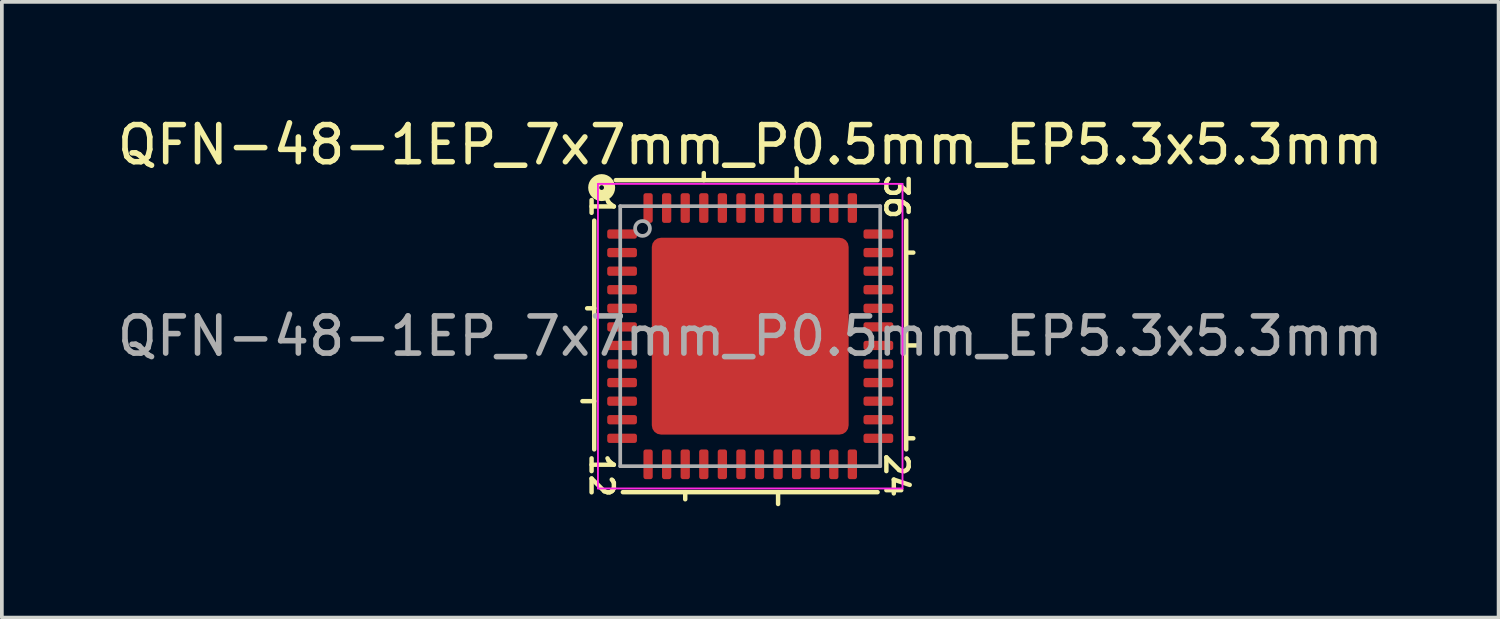
<source format=kicad_pcb>
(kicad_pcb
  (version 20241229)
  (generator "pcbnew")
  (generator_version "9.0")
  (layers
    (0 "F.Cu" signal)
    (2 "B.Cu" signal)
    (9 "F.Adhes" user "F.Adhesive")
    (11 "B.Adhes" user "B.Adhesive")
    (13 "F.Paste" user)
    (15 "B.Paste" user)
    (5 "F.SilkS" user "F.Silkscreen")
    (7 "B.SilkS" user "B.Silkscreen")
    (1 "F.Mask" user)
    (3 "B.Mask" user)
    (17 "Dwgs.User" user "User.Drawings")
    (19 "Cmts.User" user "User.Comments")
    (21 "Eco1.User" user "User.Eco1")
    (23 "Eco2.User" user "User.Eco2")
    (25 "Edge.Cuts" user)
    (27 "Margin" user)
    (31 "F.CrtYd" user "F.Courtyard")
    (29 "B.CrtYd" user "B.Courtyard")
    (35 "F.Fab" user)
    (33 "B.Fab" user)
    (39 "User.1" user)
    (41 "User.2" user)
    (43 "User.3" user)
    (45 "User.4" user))
  (footprint "QFN-48-1EP_7x7mm_P0.5mm_EP5.3x5.3mm"
    (layer "F.Cu")
    (at 17.149 6.001)
    (property "Reference" "QFN-48-1EP_7x7mm_P0.5mm_EP5.3x5.3mm" (at 0 -5.152 0) (layer "F.SilkS") (effects (font (size 1 1) (thickness 0.15))))
    (attr smd)
    (fp_line (start -4.2 -3.111) (end -4.2 3.048) (stroke (width 0.12) (type solid)) (layer "F.SilkS"))
    (fp_line (start -4.2 -0.75) (end -4.391 -0.75) (stroke (width 0.12) (type solid)) (layer "F.SilkS"))
    (fp_line (start -4.2 1.75) (end -4.518 1.75) (stroke (width 0.12) (type solid)) (layer "F.SilkS"))
    (fp_line (start -3.429 4.2) (end 3.429 4.2) (stroke (width 0.12) (type solid)) (layer "F.SilkS"))
    (fp_line (start -1.75 4.2) (end -1.75 4.391) (stroke (width 0.12) (type solid)) (layer "F.SilkS"))
    (fp_line (start -1.25 -4.2) (end -1.25 -4.391) (stroke (width 0.12) (type solid)) (layer "F.SilkS"))
    (fp_line (start 0.75 4.2) (end 0.75 4.518) (stroke (width 0.12) (type solid)) (layer "F.SilkS"))
    (fp_line (start 1.25 -4.2) (end 1.25 -4.518) (stroke (width 0.12) (type solid)) (layer "F.SilkS"))
    (fp_line (start 3.429 -4.2) (end -3.619 -4.2) (stroke (width 0.12) (type solid)) (layer "F.SilkS"))
    (fp_line (start 4.2 -2.25) (end 4.391 -2.25) (stroke (width 0.12) (type solid)) (layer "F.SilkS"))
    (fp_line (start 4.2 0.25) (end 4.518 0.25) (stroke (width 0.12) (type solid)) (layer "F.SilkS"))
    (fp_line (start 4.2 2.75) (end 4.391 2.75) (stroke (width 0.12) (type solid)) (layer "F.SilkS"))
    (fp_line (start 4.2 3.048) (end 4.2 -3.111) (stroke (width 0.12) (type solid)) (layer "F.SilkS"))
    (fp_circle (center -4 -4) (end -3.937 -4) (stroke (width 0.3) (type solid)) (fill no) (layer "F.SilkS"))
    (fp_line (start -4.1 -4.1) (end -4.1 4.1) (stroke (width 0.05) (type solid)) (layer "F.CrtYd"))
    (fp_line (start -4.1 4.1) (end 4.1 4.1) (stroke (width 0.05) (type solid)) (layer "F.CrtYd"))
    (fp_line (start 4.1 -4.1) (end -4.1 -4.1) (stroke (width 0.05) (type solid)) (layer "F.CrtYd"))
    (fp_line (start 4.1 4.1) (end 4.1 -4.1) (stroke (width 0.05) (type solid)) (layer "F.CrtYd"))
    (fp_line (start -3.5 -3.5) (end 3.5 -3.5) (stroke (width 0.1) (type solid)) (layer "F.Fab"))
    (fp_line (start -3.5 3.5) (end -3.5 -3.5) (stroke (width 0.1) (type solid)) (layer "F.Fab"))
    (fp_line (start 3.5 -3.5) (end 3.5 3.5) (stroke (width 0.1) (type solid)) (layer "F.Fab"))
    (fp_line (start 3.5 3.5) (end -3.5 3.5) (stroke (width 0.1) (type solid)) (layer "F.Fab"))
    (fp_circle (center -2.9 -2.9) (end -2.7 -2.9) (stroke (width 0.1) (type solid)) (fill no) (layer "F.Fab"))
    (fp_text user "1" (at -4 -3.493 270) (unlocked yes) (layer "F.SilkS") (effects (font (size 0.6 0.6) (thickness 0.12))))
    (fp_text user "24" (at 3.937 3.747 270) (unlocked yes) (layer "F.SilkS") (effects (font (size 0.6 0.6) (thickness 0.12))))
    (fp_text user "36" (at 3.937 -3.747 270) (unlocked yes) (layer "F.SilkS") (effects (font (size 0.6 0.6) (thickness 0.12))))
    (fp_text user "12" (at -4 3.747 270) (unlocked yes) (layer "F.SilkS") (effects (font (size 0.6 0.6) (thickness 0.12))))
    (fp_text user "${REFERENCE}" (at 0 0 0) (layer "F.Fab") (effects (font (size 1 1) (thickness 0.15))))
    (pad "" smd roundrect (at -1.98 -1.98) (size 1.07 1.07) (layers "F.Paste") (roundrect_rratio 0.234))
    (pad "" smd roundrect (at -1.98 -0.66) (size 1.07 1.07) (layers "F.Paste") (roundrect_rratio 0.234))
    (pad "" smd roundrect (at -1.98 0.66) (size 1.07 1.07) (layers "F.Paste") (roundrect_rratio 0.234))
    (pad "" smd roundrect (at -1.98 1.98) (size 1.07 1.07) (layers "F.Paste") (roundrect_rratio 0.234))
    (pad "" smd roundrect (at -0.66 -1.98) (size 1.07 1.07) (layers "F.Paste") (roundrect_rratio 0.234))
    (pad "" smd roundrect (at -0.66 -0.66) (size 1.07 1.07) (layers "F.Paste") (roundrect_rratio 0.234))
    (pad "" smd roundrect (at -0.66 0.66) (size 1.07 1.07) (layers "F.Paste") (roundrect_rratio 0.234))
    (pad "" smd roundrect (at -0.66 1.98) (size 1.07 1.07) (layers "F.Paste") (roundrect_rratio 0.234))
    (pad "" smd roundrect (at 0.66 -1.98) (size 1.07 1.07) (layers "F.Paste") (roundrect_rratio 0.234))
    (pad "" smd roundrect (at 0.66 -0.66) (size 1.07 1.07) (layers "F.Paste") (roundrect_rratio 0.234))
    (pad "" smd roundrect (at 0.66 0.66) (size 1.07 1.07) (layers "F.Paste") (roundrect_rratio 0.234))
    (pad "" smd roundrect (at 0.66 1.98) (size 1.07 1.07) (layers "F.Paste") (roundrect_rratio 0.234))
    (pad "" smd roundrect (at 1.98 -1.98) (size 1.07 1.07) (layers "F.Paste") (roundrect_rratio 0.234))
    (pad "" smd roundrect (at 1.98 -0.66) (size 1.07 1.07) (layers "F.Paste") (roundrect_rratio 0.234))
    (pad "" smd roundrect (at 1.98 0.66) (size 1.07 1.07) (layers "F.Paste") (roundrect_rratio 0.234))
    (pad "" smd roundrect (at 1.98 1.98) (size 1.07 1.07) (layers "F.Paste") (roundrect_rratio 0.234))
    (pad "1" smd roundrect (at -3.45 -2.75) (size 0.8 0.25) (layers "F.Cu" "F.Mask" "F.Paste") (roundrect_rratio 0.25))
    (pad "2" smd roundrect (at -3.45 -2.25) (size 0.8 0.25) (layers "F.Cu" "F.Mask" "F.Paste") (roundrect_rratio 0.25))
    (pad "3" smd roundrect (at -3.45 -1.75) (size 0.8 0.25) (layers "F.Cu" "F.Mask" "F.Paste") (roundrect_rratio 0.25))
    (pad "4" smd roundrect (at -3.45 -1.25) (size 0.8 0.25) (layers "F.Cu" "F.Mask" "F.Paste") (roundrect_rratio 0.25))
    (pad "5" smd roundrect (at -3.45 -0.75) (size 0.8 0.25) (layers "F.Cu" "F.Mask" "F.Paste") (roundrect_rratio 0.25))
    (pad "6" smd roundrect (at -3.45 -0.25) (size 0.8 0.25) (layers "F.Cu" "F.Mask" "F.Paste") (roundrect_rratio 0.25))
    (pad "7" smd roundrect (at -3.45 0.25) (size 0.8 0.25) (layers "F.Cu" "F.Mask" "F.Paste") (roundrect_rratio 0.25))
    (pad "8" smd roundrect (at -3.45 0.75) (size 0.8 0.25) (layers "F.Cu" "F.Mask" "F.Paste") (roundrect_rratio 0.25))
    (pad "9" smd roundrect (at -3.45 1.25) (size 0.8 0.25) (layers "F.Cu" "F.Mask" "F.Paste") (roundrect_rratio 0.25))
    (pad "10" smd roundrect (at -3.45 1.75) (size 0.8 0.25) (layers "F.Cu" "F.Mask" "F.Paste") (roundrect_rratio 0.25))
    (pad "11" smd roundrect (at -3.45 2.25) (size 0.8 0.25) (layers "F.Cu" "F.Mask" "F.Paste") (roundrect_rratio 0.25))
    (pad "12" smd roundrect (at -3.45 2.75) (size 0.8 0.25) (layers "F.Cu" "F.Mask" "F.Paste") (roundrect_rratio 0.25))
    (pad "13" smd roundrect (at -2.75 3.45) (size 0.25 0.8) (layers "F.Cu" "F.Mask" "F.Paste") (roundrect_rratio 0.25))
    (pad "14" smd roundrect (at -2.25 3.45) (size 0.25 0.8) (layers "F.Cu" "F.Mask" "F.Paste") (roundrect_rratio 0.25))
    (pad "15" smd roundrect (at -1.75 3.45) (size 0.25 0.8) (layers "F.Cu" "F.Mask" "F.Paste") (roundrect_rratio 0.25))
    (pad "16" smd roundrect (at -1.25 3.45) (size 0.25 0.8) (layers "F.Cu" "F.Mask" "F.Paste") (roundrect_rratio 0.25))
    (pad "17" smd roundrect (at -0.75 3.45) (size 0.25 0.8) (layers "F.Cu" "F.Mask" "F.Paste") (roundrect_rratio 0.25))
    (pad "18" smd roundrect (at -0.25 3.45) (size 0.25 0.8) (layers "F.Cu" "F.Mask" "F.Paste") (roundrect_rratio 0.25))
    (pad "19" smd roundrect (at 0.25 3.45) (size 0.25 0.8) (layers "F.Cu" "F.Mask" "F.Paste") (roundrect_rratio 0.25))
    (pad "20" smd roundrect (at 0.75 3.45) (size 0.25 0.8) (layers "F.Cu" "F.Mask" "F.Paste") (roundrect_rratio 0.25))
    (pad "21" smd roundrect (at 1.25 3.45) (size 0.25 0.8) (layers "F.Cu" "F.Mask" "F.Paste") (roundrect_rratio 0.25))
    (pad "22" smd roundrect (at 1.75 3.45) (size 0.25 0.8) (layers "F.Cu" "F.Mask" "F.Paste") (roundrect_rratio 0.25))
    (pad "23" smd roundrect (at 2.25 3.45) (size 0.25 0.8) (layers "F.Cu" "F.Mask" "F.Paste") (roundrect_rratio 0.25))
    (pad "24" smd roundrect (at 2.75 3.45) (size 0.25 0.8) (layers "F.Cu" "F.Mask" "F.Paste") (roundrect_rratio 0.25))
    (pad "25" smd roundrect (at 3.45 2.75) (size 0.8 0.25) (layers "F.Cu" "F.Mask" "F.Paste") (roundrect_rratio 0.25))
    (pad "26" smd roundrect (at 3.45 2.25) (size 0.8 0.25) (layers "F.Cu" "F.Mask" "F.Paste") (roundrect_rratio 0.25))
    (pad "27" smd roundrect (at 3.45 1.75) (size 0.8 0.25) (layers "F.Cu" "F.Mask" "F.Paste") (roundrect_rratio 0.25))
    (pad "28" smd roundrect (at 3.45 1.25) (size 0.8 0.25) (layers "F.Cu" "F.Mask" "F.Paste") (roundrect_rratio 0.25))
    (pad "29" smd roundrect (at 3.45 0.75) (size 0.8 0.25) (layers "F.Cu" "F.Mask" "F.Paste") (roundrect_rratio 0.25))
    (pad "30" smd roundrect (at 3.45 0.25) (size 0.8 0.25) (layers "F.Cu" "F.Mask" "F.Paste") (roundrect_rratio 0.25))
    (pad "31" smd roundrect (at 3.45 -0.25) (size 0.8 0.25) (layers "F.Cu" "F.Mask" "F.Paste") (roundrect_rratio 0.25))
    (pad "32" smd roundrect (at 3.45 -0.75) (size 0.8 0.25) (layers "F.Cu" "F.Mask" "F.Paste") (roundrect_rratio 0.25))
    (pad "33" smd roundrect (at 3.45 -1.25) (size 0.8 0.25) (layers "F.Cu" "F.Mask" "F.Paste") (roundrect_rratio 0.25))
    (pad "34" smd roundrect (at 3.45 -1.75) (size 0.8 0.25) (layers "F.Cu" "F.Mask" "F.Paste") (roundrect_rratio 0.25))
    (pad "35" smd roundrect (at 3.45 -2.25) (size 0.8 0.25) (layers "F.Cu" "F.Mask" "F.Paste") (roundrect_rratio 0.25))
    (pad "36" smd roundrect (at 3.45 -2.75) (size 0.8 0.25) (layers "F.Cu" "F.Mask" "F.Paste") (roundrect_rratio 0.25))
    (pad "37" smd roundrect (at 2.75 -3.45) (size 0.25 0.8) (layers "F.Cu" "F.Mask" "F.Paste") (roundrect_rratio 0.25))
    (pad "38" smd roundrect (at 2.25 -3.45) (size 0.25 0.8) (layers "F.Cu" "F.Mask" "F.Paste") (roundrect_rratio 0.25))
    (pad "39" smd roundrect (at 1.75 -3.45) (size 0.25 0.8) (layers "F.Cu" "F.Mask" "F.Paste") (roundrect_rratio 0.25))
    (pad "40" smd roundrect (at 1.25 -3.45) (size 0.25 0.8) (layers "F.Cu" "F.Mask" "F.Paste") (roundrect_rratio 0.25))
    (pad "41" smd roundrect (at 0.75 -3.45) (size 0.25 0.8) (layers "F.Cu" "F.Mask" "F.Paste") (roundrect_rratio 0.25))
    (pad "42" smd roundrect (at 0.25 -3.45) (size 0.25 0.8) (layers "F.Cu" "F.Mask" "F.Paste") (roundrect_rratio 0.25))
    (pad "43" smd roundrect (at -0.25 -3.45) (size 0.25 0.8) (layers "F.Cu" "F.Mask" "F.Paste") (roundrect_rratio 0.25))
    (pad "44" smd roundrect (at -0.75 -3.45) (size 0.25 0.8) (layers "F.Cu" "F.Mask" "F.Paste") (roundrect_rratio 0.25))
    (pad "45" smd roundrect (at -1.25 -3.45) (size 0.25 0.8) (layers "F.Cu" "F.Mask" "F.Paste") (roundrect_rratio 0.25))
    (pad "46" smd roundrect (at -1.75 -3.45) (size 0.25 0.8) (layers "F.Cu" "F.Mask" "F.Paste") (roundrect_rratio 0.25))
    (pad "47" smd roundrect (at -2.25 -3.45) (size 0.25 0.8) (layers "F.Cu" "F.Mask" "F.Paste") (roundrect_rratio 0.25))
    (pad "48" smd roundrect (at -2.75 -3.45) (size 0.25 0.8) (layers "F.Cu" "F.Mask" "F.Paste") (roundrect_rratio 0.25))
    (pad "49" smd roundrect (at 0 0) (size 5.3 5.3) (layers "F.Cu" "F.Mask") (roundrect_rratio 0.047)))
  (gr_rect
    (start -3 -3)
    (end 37.298 13.578)
    (stroke (width 0.1) (type default))
    (fill no)
    (layer "Edge.Cuts")))
</source>
